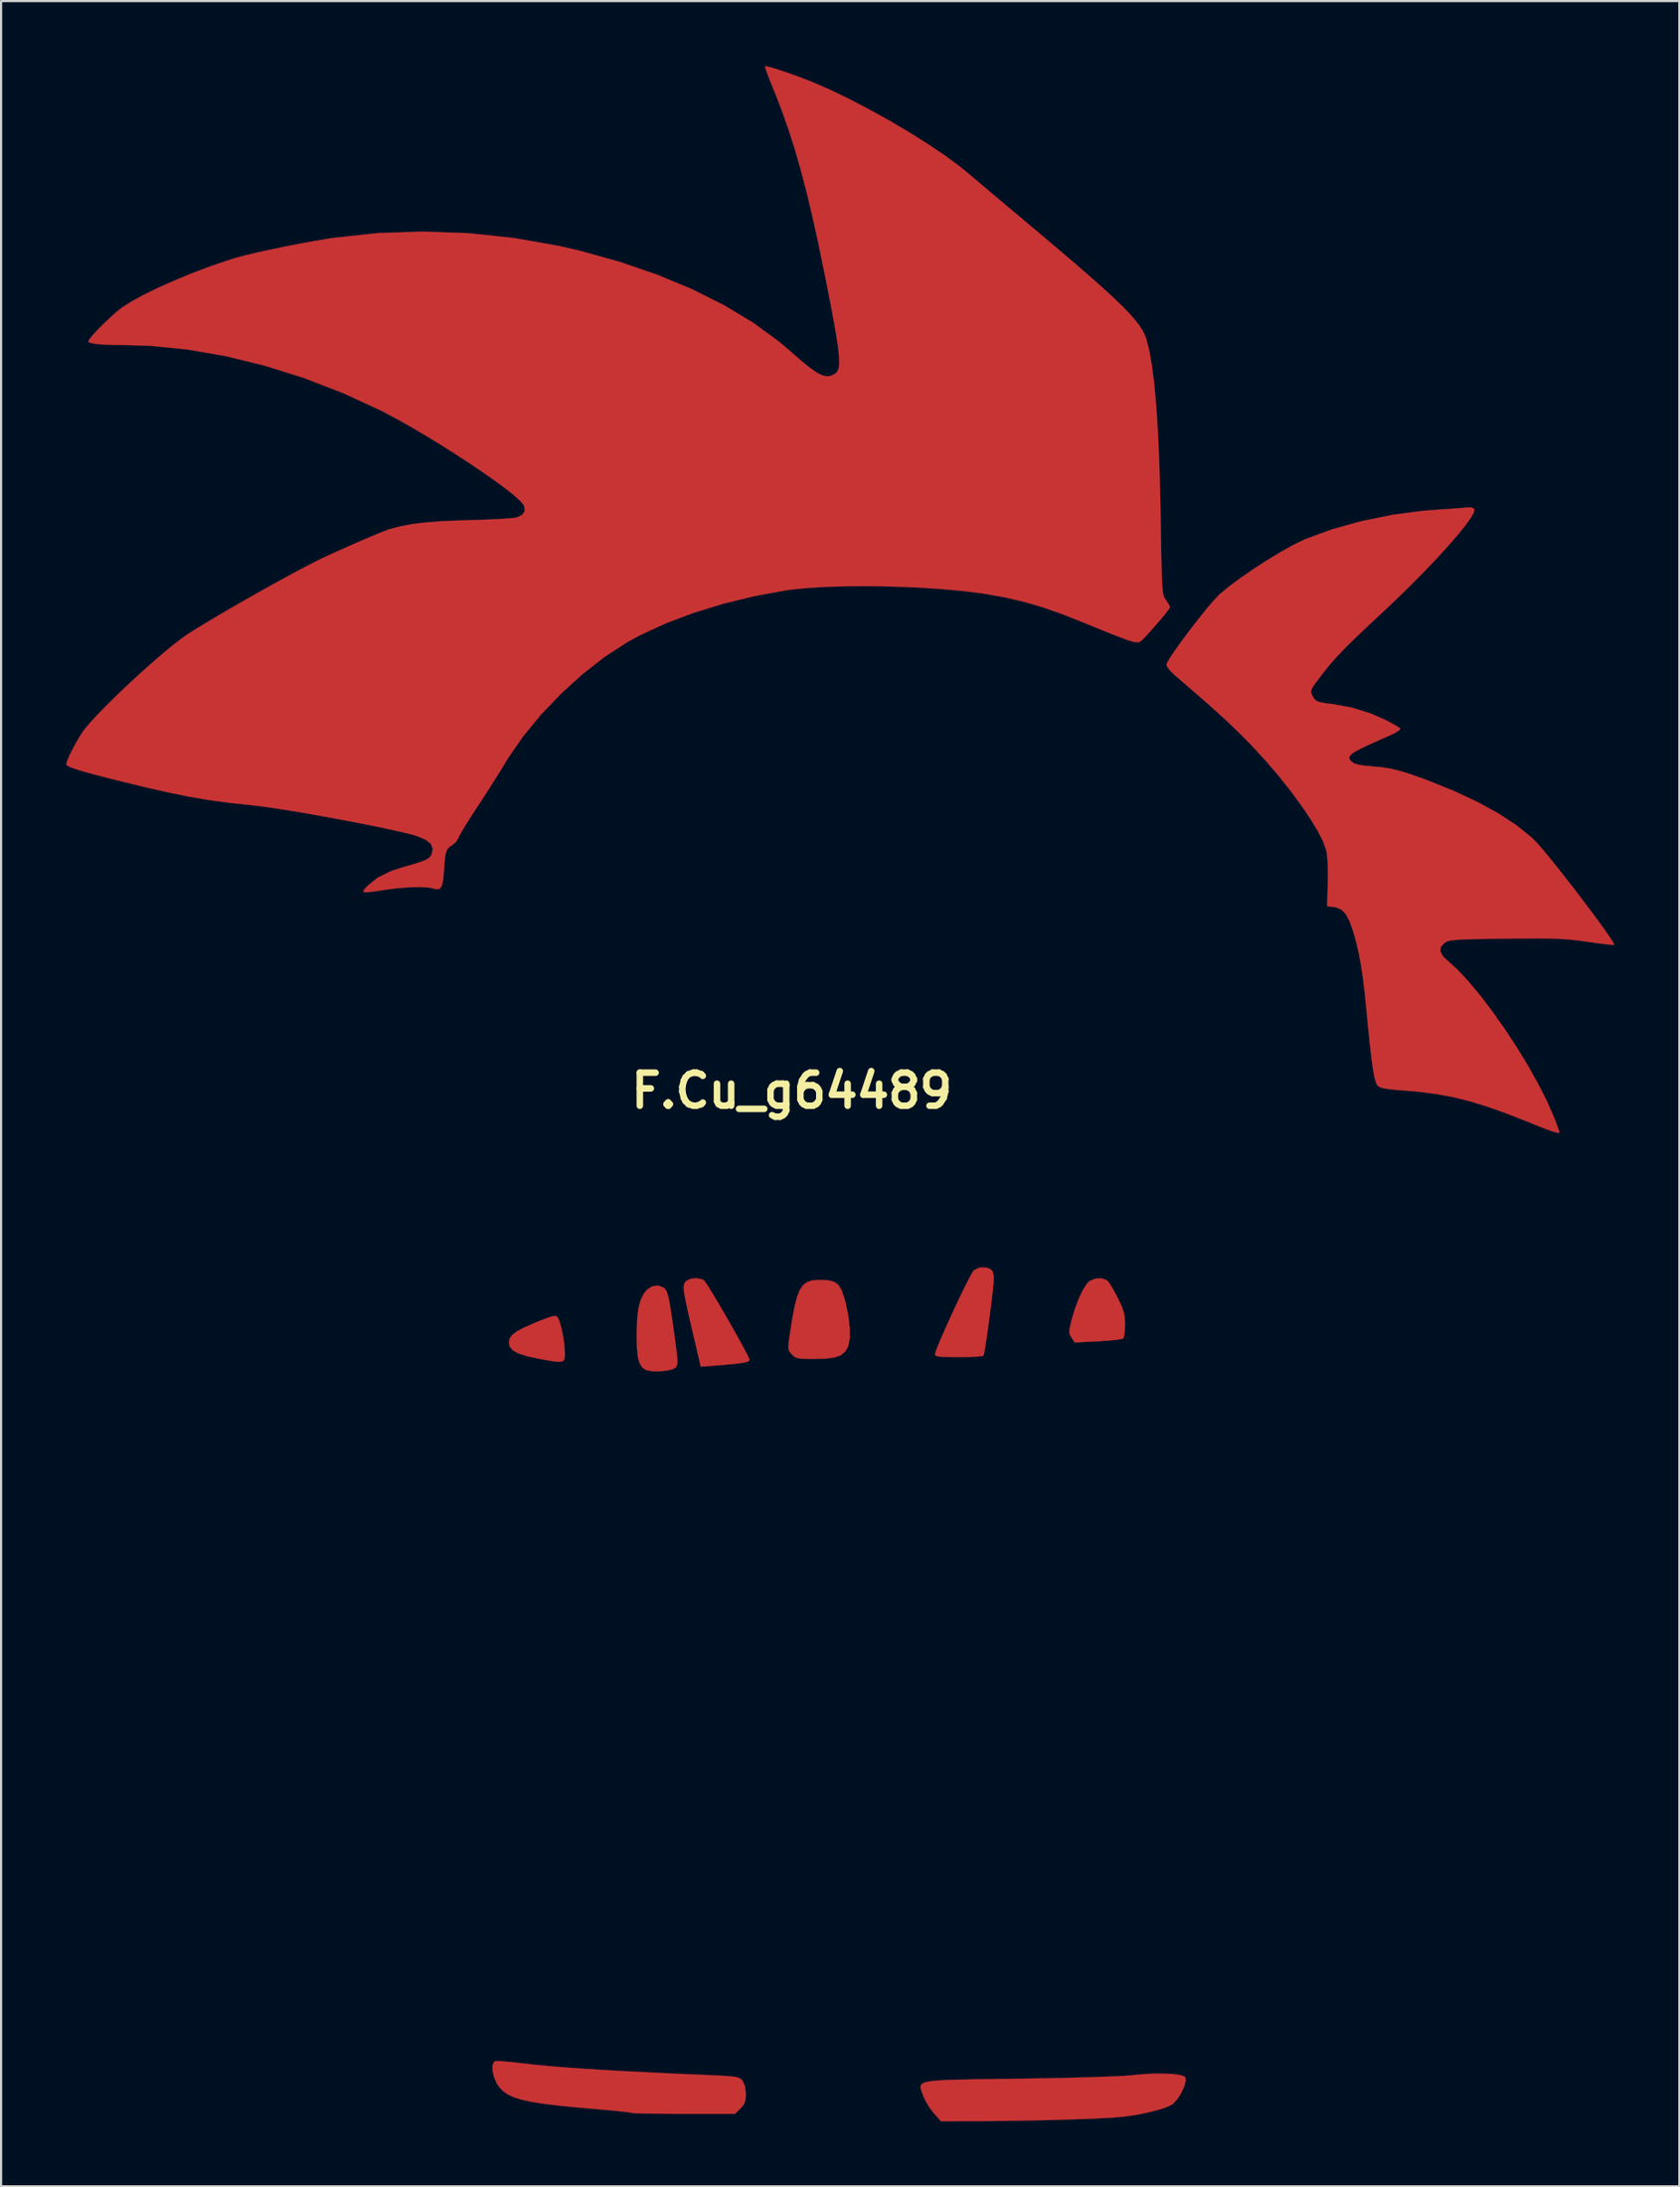
<source format=kicad_pcb>
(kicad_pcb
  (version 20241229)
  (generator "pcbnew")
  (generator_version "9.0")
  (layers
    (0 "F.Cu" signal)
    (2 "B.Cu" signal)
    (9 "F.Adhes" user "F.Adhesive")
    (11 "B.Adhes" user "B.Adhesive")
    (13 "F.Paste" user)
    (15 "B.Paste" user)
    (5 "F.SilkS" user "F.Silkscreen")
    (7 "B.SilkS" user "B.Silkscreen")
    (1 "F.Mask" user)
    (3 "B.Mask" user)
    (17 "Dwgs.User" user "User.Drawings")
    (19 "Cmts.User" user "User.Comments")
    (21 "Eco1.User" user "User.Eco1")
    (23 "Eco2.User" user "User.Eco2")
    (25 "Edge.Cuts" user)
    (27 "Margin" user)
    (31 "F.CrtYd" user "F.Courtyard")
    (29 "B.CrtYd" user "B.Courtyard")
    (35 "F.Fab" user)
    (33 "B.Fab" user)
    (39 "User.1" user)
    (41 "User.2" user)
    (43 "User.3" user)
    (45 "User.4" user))
  (footprint "F.Cu_g64489"
    (layer "F.Cu")
    (at 33.448 47.232)
    (property "Reference" "F.Cu_g64489" (at 0 0 0) (layer "F.SilkS") (effects (font (size 1.524 1.524) (thickness 0.3))))
    (attr through_hole)
    (fp_poly (pts (xy -10.861 10.389) (xy -10.799 10.437) (xy -10.791 10.448) (xy -10.705 10.635) (xy -10.619 10.94) (xy -10.542 11.309) (xy -10.486 11.693) (xy -10.461 12.038) (xy -10.46 12.065) (xy -10.462 12.264) (xy -10.49 12.399) (xy -10.569 12.475) (xy -10.722 12.498) (xy -10.976 12.474) (xy -11.355 12.41) (xy -11.679 12.349) (xy -12.224 12.228) (xy -12.616 12.099) (xy -12.871 11.952) (xy -13.006 11.778) (xy -13.039 11.608) (xy -13.007 11.428) (xy -12.897 11.264) (xy -12.689 11.102) (xy -12.363 10.926) (xy -11.9 10.722) (xy -11.774 10.67) (xy -11.386 10.516) (xy -11.125 10.422) (xy -10.959 10.382) (xy -10.861 10.389)) (stroke (width 0.01) (type solid)) (fill yes) (layer "F.Cu"))
    (fp_poly (pts (xy 14.515 8.727) (xy 14.582 8.784) (xy 14.681 8.927) (xy 14.827 9.175) (xy 14.992 9.481) (xy 15.036 9.567) (xy 15.205 9.922) (xy 15.304 10.201) (xy 15.351 10.472) (xy 15.363 10.769) (xy 15.353 11.069) (xy 15.323 11.302) (xy 15.282 11.415) (xy 15.17 11.449) (xy 14.923 11.484) (xy 14.577 11.518) (xy 14.168 11.545) (xy 14.121 11.547) (xy 13.044 11.602) (xy 12.898 11.379) (xy 12.826 11.253) (xy 12.796 11.131) (xy 12.81 10.963) (xy 12.869 10.7) (xy 12.906 10.552) (xy 13.055 10.05) (xy 13.23 9.585) (xy 13.417 9.191) (xy 13.599 8.903) (xy 13.724 8.775) (xy 13.988 8.663) (xy 14.275 8.647) (xy 14.515 8.727)) (stroke (width 0.01) (type solid)) (fill yes) (layer "F.Cu"))
    (fp_poly (pts (xy -4.138 8.69) (xy -4.047 8.742) (xy -3.967 8.844) (xy -3.822 9.067) (xy -3.626 9.386) (xy -3.393 9.776) (xy -3.139 10.211) (xy -2.877 10.666) (xy -2.621 11.116) (xy -2.388 11.536) (xy -2.19 11.9) (xy -2.042 12.183) (xy -1.96 12.36) (xy -1.947 12.403) (xy -1.976 12.455) (xy -2.075 12.5) (xy -2.265 12.54) (xy -2.566 12.58) (xy -2.998 12.622) (xy -3.515 12.665) (xy -4.194 12.718) (xy -4.596 10.995) (xy -4.743 10.363) (xy -4.852 9.875) (xy -4.926 9.51) (xy -4.968 9.245) (xy -4.98 9.06) (xy -4.965 8.933) (xy -4.926 8.844) (xy -4.864 8.771) (xy -4.862 8.769) (xy -4.662 8.668) (xy -4.393 8.64) (xy -4.138 8.69)) (stroke (width 0.01) (type solid)) (fill yes) (layer "F.Cu"))
    (fp_poly (pts (xy -5.896 9.083) (xy -5.828 9.147) (xy -5.769 9.247) (xy -5.715 9.403) (xy -5.66 9.636) (xy -5.6 9.968) (xy -5.53 10.418) (xy -5.445 11.009) (xy -5.412 11.244) (xy -5.343 11.757) (xy -5.297 12.13) (xy -5.274 12.387) (xy -5.273 12.556) (xy -5.293 12.663) (xy -5.334 12.734) (xy -5.361 12.764) (xy -5.532 12.849) (xy -5.812 12.906) (xy -6.14 12.933) (xy -6.457 12.924) (xy -6.703 12.876) (xy -6.746 12.858) (xy -6.905 12.738) (xy -7.019 12.548) (xy -7.093 12.265) (xy -7.134 11.867) (xy -7.147 11.329) (xy -7.147 11.176) (xy -7.126 10.541) (xy -7.069 10.045) (xy -6.97 9.66) (xy -6.822 9.359) (xy -6.671 9.168) (xy -6.422 9.01) (xy -6.134 8.986) (xy -5.896 9.083)) (stroke (width 0.01) (type solid)) (fill yes) (layer "F.Cu"))
    (fp_poly (pts (xy 1.667 8.737) (xy 1.951 8.805) (xy 2.153 8.95) (xy 2.302 9.198) (xy 2.429 9.576) (xy 2.488 9.798) (xy 2.611 10.394) (xy 2.673 10.942) (xy 2.673 11.408) (xy 2.608 11.758) (xy 2.593 11.8) (xy 2.46 12.026) (xy 2.266 12.186) (xy 1.983 12.289) (xy 1.585 12.345) (xy 1.048 12.361) (xy 1.033 12.361) (xy 0.645 12.358) (xy 0.388 12.344) (xy 0.221 12.31) (xy 0.106 12.249) (xy 0.004 12.154) (xy -0.089 12.045) (xy -0.14 11.938) (xy -0.153 11.788) (xy -0.132 11.553) (xy -0.089 11.244) (xy 0.023 10.517) (xy 0.131 9.942) (xy 0.245 9.501) (xy 0.375 9.178) (xy 0.528 8.956) (xy 0.716 8.817) (xy 0.945 8.744) (xy 1.227 8.721) (xy 1.271 8.721) (xy 1.667 8.737)) (stroke (width 0.01) (type solid)) (fill yes) (layer "F.Cu"))
    (fp_poly (pts (xy 8.982 8.152) (xy 9.15 8.216) (xy 9.263 8.329) (xy 9.309 8.539) (xy 9.313 8.667) (xy 9.302 8.855) (xy 9.272 9.163) (xy 9.227 9.56) (xy 9.171 10.014) (xy 9.108 10.495) (xy 9.043 10.971) (xy 8.98 11.411) (xy 8.922 11.782) (xy 8.875 12.055) (xy 8.842 12.198) (xy 8.838 12.208) (xy 8.742 12.234) (xy 8.51 12.255) (xy 8.175 12.27) (xy 7.77 12.277) (xy 7.7 12.277) (xy 7.243 12.274) (xy 6.931 12.264) (xy 6.737 12.243) (xy 6.637 12.209) (xy 6.605 12.158) (xy 6.604 12.148) (xy 6.64 12.015) (xy 6.738 11.758) (xy 6.886 11.403) (xy 7.072 10.978) (xy 7.284 10.509) (xy 7.507 10.024) (xy 7.731 9.55) (xy 7.943 9.113) (xy 8.129 8.741) (xy 8.278 8.461) (xy 8.377 8.299) (xy 8.397 8.276) (xy 8.668 8.147) (xy 8.982 8.152)) (stroke (width 0.01) (type solid)) (fill yes) (layer "F.Cu"))
    (fp_poly (pts (xy -13.299 44.743) (xy -12.946 44.774) (xy -12.532 44.819) (xy -12.475 44.826) (xy -11.889 44.892) (xy -11.236 44.956) (xy -10.502 45.017) (xy -9.676 45.077) (xy -8.743 45.136) (xy -7.691 45.195) (xy -6.506 45.255) (xy -5.176 45.318) (xy -4.03 45.368) (xy -3.471 45.393) (xy -3.056 45.415) (xy -2.761 45.439) (xy -2.561 45.467) (xy -2.431 45.504) (xy -2.346 45.554) (xy -2.282 45.619) (xy -2.273 45.63) (xy -2.15 45.904) (xy -2.117 46.244) (xy -2.135 46.531) (xy -2.211 46.73) (xy -2.364 46.912) (xy -2.612 47.159) (xy -4.975 47.159) (xy -5.59 47.158) (xy -6.149 47.154) (xy -6.629 47.147) (xy -7.009 47.139) (xy -7.266 47.129) (xy -7.378 47.118) (xy -7.381 47.116) (xy -7.475 47.096) (xy -7.71 47.066) (xy -8.06 47.029) (xy -8.497 46.987) (xy -8.982 46.945) (xy -9.956 46.861) (xy -10.776 46.778) (xy -11.458 46.694) (xy -12.015 46.604) (xy -12.464 46.505) (xy -12.82 46.392) (xy -13.097 46.262) (xy -13.312 46.111) (xy -13.478 45.934) (xy -13.59 45.768) (xy -13.721 45.477) (xy -13.79 45.183) (xy -13.793 44.931) (xy -13.726 44.767) (xy -13.682 44.738) (xy -13.556 44.73) (xy -13.299 44.743)) (stroke (width 0.01) (type solid)) (fill yes) (layer "F.Cu"))
    (fp_poly (pts (xy 17.6 45.331) (xy 17.917 45.376) (xy 18.109 45.442) (xy 18.143 45.474) (xy 18.162 45.641) (xy 18.095 45.891) (xy 17.965 46.177) (xy 17.795 46.453) (xy 17.607 46.671) (xy 17.538 46.728) (xy 17.311 46.84) (xy 16.945 46.962) (xy 16.466 47.086) (xy 16.278 47.127) (xy 15.94 47.195) (xy 15.61 47.249) (xy 15.261 47.293) (xy 14.862 47.328) (xy 14.385 47.358) (xy 13.801 47.385) (xy 13.082 47.411) (xy 12.954 47.415) (xy 12.207 47.438) (xy 11.392 47.457) (xy 10.562 47.474) (xy 9.768 47.486) (xy 9.064 47.494) (xy 8.749 47.495) (xy 6.872 47.498) (xy 6.531 47.11) (xy 6.312 46.814) (xy 6.124 46.479) (xy 6.049 46.297) (xy 5.997 46.148) (xy 5.956 46.023) (xy 5.94 45.917) (xy 5.96 45.831) (xy 6.029 45.761) (xy 6.159 45.706) (xy 6.364 45.664) (xy 6.654 45.631) (xy 7.044 45.607) (xy 7.544 45.589) (xy 8.169 45.575) (xy 8.93 45.563) (xy 9.839 45.551) (xy 10.519 45.542) (xy 11.391 45.528) (xy 12.237 45.512) (xy 13.037 45.493) (xy 13.77 45.473) (xy 14.417 45.451) (xy 14.957 45.43) (xy 15.37 45.408) (xy 15.638 45.387) (xy 15.663 45.384) (xy 16.188 45.334) (xy 16.705 45.309) (xy 17.186 45.309) (xy 17.6 45.331)) (stroke (width 0.01) (type solid)) (fill yes) (layer "F.Cu"))
    (fp_poly (pts (xy 31.447 -26.831) (xy 31.466 -26.796) (xy 31.44 -26.651) (xy 31.3 -26.405) (xy 31.057 -26.067) (xy 30.723 -25.653) (xy 30.308 -25.172) (xy 29.824 -24.638) (xy 29.28 -24.063) (xy 28.689 -23.46) (xy 28.061 -22.84) (xy 27.407 -22.216) (xy 27.22 -22.041) (xy 26.615 -21.477) (xy 26.117 -21.006) (xy 25.709 -20.61) (xy 25.371 -20.27) (xy 25.087 -19.967) (xy 24.836 -19.681) (xy 24.601 -19.395) (xy 24.379 -19.109) (xy 24.15 -18.804) (xy 24.01 -18.599) (xy 23.945 -18.461) (xy 23.94 -18.354) (xy 23.982 -18.245) (xy 24.002 -18.205) (xy 24.089 -18.062) (xy 24.197 -17.968) (xy 24.365 -17.905) (xy 24.634 -17.859) (xy 24.934 -17.824) (xy 25.813 -17.666) (xy 26.703 -17.386) (xy 27.344 -17.104) (xy 27.649 -16.945) (xy 27.892 -16.808) (xy 28.037 -16.714) (xy 28.059 -16.692) (xy 28.012 -16.624) (xy 27.843 -16.515) (xy 27.589 -16.39) (xy 27.578 -16.385) (xy 27.003 -16.131) (xy 26.565 -15.933) (xy 26.243 -15.78) (xy 26.019 -15.662) (xy 25.872 -15.571) (xy 25.783 -15.496) (xy 25.777 -15.49) (xy 25.69 -15.367) (xy 25.72 -15.265) (xy 25.803 -15.176) (xy 25.932 -15.088) (xy 26.138 -15.025) (xy 26.454 -14.98) (xy 26.72 -14.958) (xy 27.15 -14.918) (xy 27.537 -14.86) (xy 27.924 -14.773) (xy 28.353 -14.648) (xy 28.864 -14.473) (xy 29.317 -14.307) (xy 30.525 -13.821) (xy 31.622 -13.307) (xy 32.594 -12.772) (xy 33.427 -12.224) (xy 34.108 -11.672) (xy 34.228 -11.558) (xy 34.411 -11.363) (xy 34.661 -11.072) (xy 34.966 -10.703) (xy 35.31 -10.275) (xy 35.68 -9.806) (xy 36.062 -9.314) (xy 36.443 -8.816) (xy 36.807 -8.332) (xy 37.143 -7.88) (xy 37.434 -7.478) (xy 37.669 -7.144) (xy 37.832 -6.896) (xy 37.909 -6.753) (xy 37.912 -6.726) (xy 37.82 -6.726) (xy 37.593 -6.748) (xy 37.259 -6.788) (xy 36.852 -6.844) (xy 36.698 -6.867) (xy 36.332 -6.918) (xy 35.992 -6.958) (xy 35.65 -6.987) (xy 35.279 -7.007) (xy 34.85 -7.018) (xy 34.335 -7.022) (xy 33.707 -7.02) (xy 32.938 -7.013) (xy 32.932 -7.013) (xy 32.191 -7.004) (xy 31.601 -6.995) (xy 31.142 -6.983) (xy 30.796 -6.968) (xy 30.542 -6.949) (xy 30.362 -6.925) (xy 30.237 -6.893) (xy 30.147 -6.854) (xy 30.116 -6.835) (xy 29.923 -6.641) (xy 29.897 -6.423) (xy 30.038 -6.179) (xy 30.237 -5.994) (xy 30.698 -5.576) (xy 31.21 -5.026) (xy 31.755 -4.369) (xy 32.317 -3.628) (xy 32.88 -2.828) (xy 33.428 -1.994) (xy 33.943 -1.149) (xy 34.409 -0.317) (xy 34.811 0.477) (xy 35.131 1.209) (xy 35.25 1.515) (xy 35.34 1.755) (xy 35.387 1.892) (xy 35.391 1.907) (xy 35.361 1.939) (xy 35.259 1.93) (xy 35.067 1.874) (xy 34.766 1.764) (xy 34.339 1.596) (xy 34.036 1.473) (xy 33.02 1.072) (xy 32.115 0.748) (xy 31.289 0.493) (xy 30.507 0.297) (xy 29.734 0.153) (xy 28.938 0.05) (xy 28.35 -0.001) (xy 27.856 -0.04) (xy 27.504 -0.077) (xy 27.266 -0.118) (xy 27.114 -0.166) (xy 27.022 -0.227) (xy 27.001 -0.249) (xy 26.943 -0.349) (xy 26.888 -0.517) (xy 26.833 -0.766) (xy 26.776 -1.113) (xy 26.715 -1.572) (xy 26.649 -2.157) (xy 26.574 -2.884) (xy 26.502 -3.624) (xy 26.417 -4.47) (xy 26.332 -5.179) (xy 26.244 -5.782) (xy 26.146 -6.311) (xy 26.034 -6.798) (xy 25.902 -7.274) (xy 25.894 -7.302) (xy 25.726 -7.788) (xy 25.552 -8.126) (xy 25.354 -8.339) (xy 25.117 -8.448) (xy 25.016 -8.467) (xy 24.68 -8.509) (xy 24.712 -9.581) (xy 24.717 -10.152) (xy 24.698 -10.637) (xy 24.657 -11.002) (xy 24.64 -11.083) (xy 24.499 -11.479) (xy 24.249 -11.972) (xy 23.905 -12.542) (xy 23.48 -13.169) (xy 22.989 -13.834) (xy 22.445 -14.517) (xy 21.863 -15.198) (xy 21.256 -15.857) (xy 21.174 -15.942) (xy 20.826 -16.298) (xy 20.487 -16.635) (xy 20.135 -16.972) (xy 19.75 -17.327) (xy 19.312 -17.721) (xy 18.801 -18.171) (xy 18.194 -18.696) (xy 17.674 -19.143) (xy 17.462 -19.347) (xy 17.316 -19.532) (xy 17.272 -19.64) (xy 17.323 -19.767) (xy 17.464 -20) (xy 17.678 -20.315) (xy 17.945 -20.69) (xy 18.249 -21.099) (xy 18.57 -21.52) (xy 18.892 -21.928) (xy 19.195 -22.3) (xy 19.463 -22.611) (xy 19.676 -22.838) (xy 19.733 -22.892) (xy 20.161 -23.247) (xy 20.694 -23.643) (xy 21.294 -24.057) (xy 21.923 -24.464) (xy 22.543 -24.839) (xy 23.116 -25.159) (xy 23.603 -25.397) (xy 23.673 -25.427) (xy 24.913 -25.882) (xy 26.264 -26.258) (xy 27.682 -26.547) (xy 29.121 -26.737) (xy 29.887 -26.796) (xy 30.297 -26.821) (xy 30.678 -26.848) (xy 30.977 -26.873) (xy 31.096 -26.886) (xy 31.331 -26.893) (xy 31.447 -26.831)) (stroke (width 0.01) (type solid)) (fill yes) (layer "F.Cu"))
    (fp_poly (pts (xy -1.135 -47.22) (xy -0.913 -47.161) (xy -0.595 -47.063) (xy -0.211 -46.934) (xy 0.208 -46.785) (xy 0.631 -46.626) (xy 0.931 -46.508) (xy 1.755 -46.15) (xy 2.644 -45.721) (xy 3.571 -45.238) (xy 4.506 -44.719) (xy 5.419 -44.18) (xy 6.28 -43.638) (xy 7.062 -43.112) (xy 7.734 -42.617) (xy 8.102 -42.317) (xy 8.286 -42.16) (xy 8.582 -41.91) (xy 8.972 -41.581) (xy 9.437 -41.19) (xy 9.959 -40.75) (xy 10.52 -40.279) (xy 11.102 -39.79) (xy 11.133 -39.764) (xy 12.088 -38.96) (xy 12.92 -38.253) (xy 13.636 -37.634) (xy 14.246 -37.095) (xy 14.758 -36.627) (xy 15.182 -36.222) (xy 15.526 -35.871) (xy 15.799 -35.566) (xy 16.009 -35.298) (xy 16.165 -35.058) (xy 16.276 -34.838) (xy 16.336 -34.679) (xy 16.479 -34.126) (xy 16.606 -33.406) (xy 16.716 -32.521) (xy 16.809 -31.468) (xy 16.886 -30.249) (xy 16.945 -28.862) (xy 16.988 -27.307) (xy 17.003 -26.529) (xy 17.017 -25.647) (xy 17.029 -24.918) (xy 17.041 -24.327) (xy 17.054 -23.858) (xy 17.068 -23.494) (xy 17.084 -23.219) (xy 17.104 -23.018) (xy 17.128 -22.875) (xy 17.158 -22.774) (xy 17.195 -22.699) (xy 17.239 -22.633) (xy 17.251 -22.616) (xy 17.374 -22.433) (xy 17.436 -22.306) (xy 17.437 -22.292) (xy 17.382 -22.198) (xy 17.239 -22.011) (xy 17.035 -21.763) (xy 16.797 -21.485) (xy 16.554 -21.209) (xy 16.331 -20.966) (xy 16.157 -20.788) (xy 16.066 -20.71) (xy 16.001 -20.68) (xy 15.915 -20.671) (xy 15.791 -20.687) (xy 15.611 -20.735) (xy 15.359 -20.821) (xy 15.017 -20.95) (xy 14.568 -21.128) (xy 13.995 -21.36) (xy 13.405 -21.602) (xy 12.426 -21.988) (xy 11.541 -22.297) (xy 10.701 -22.542) (xy 9.858 -22.738) (xy 8.963 -22.898) (xy 8.678 -22.941) (xy 7.805 -23.049) (xy 6.834 -23.135) (xy 5.798 -23.2) (xy 4.728 -23.242) (xy 3.655 -23.262) (xy 2.613 -23.259) (xy 1.631 -23.231) (xy 0.743 -23.18) (xy -0.021 -23.104) (xy -0.254 -23.072) (xy -1.726 -22.801) (xy -3.164 -22.45) (xy -4.54 -22.027) (xy -5.825 -21.542) (xy -6.99 -21.003) (xy -7.612 -20.664) (xy -8.635 -19.996) (xy -9.655 -19.199) (xy -10.64 -18.304) (xy -11.56 -17.341) (xy -12.383 -16.341) (xy -13.078 -15.336) (xy -13.213 -15.113) (xy -13.417 -14.775) (xy -13.688 -14.342) (xy -13.997 -13.856) (xy -14.316 -13.362) (xy -14.494 -13.092) (xy -14.767 -12.672) (xy -15.008 -12.291) (xy -15.201 -11.973) (xy -15.328 -11.747) (xy -15.373 -11.646) (xy -15.476 -11.475) (xy -15.661 -11.318) (xy -15.668 -11.314) (xy -15.798 -11.225) (xy -15.888 -11.118) (xy -15.948 -10.959) (xy -15.988 -10.714) (xy -16.019 -10.35) (xy -16.033 -10.134) (xy -16.072 -9.717) (xy -16.133 -9.45) (xy -16.228 -9.313) (xy -16.366 -9.287) (xy -16.48 -9.318) (xy -16.74 -9.371) (xy -17.13 -9.393) (xy -17.612 -9.383) (xy -18.15 -9.342) (xy -18.706 -9.272) (xy -18.711 -9.271) (xy -19.177 -9.2) (xy -19.493 -9.159) (xy -19.678 -9.152) (xy -19.75 -9.182) (xy -19.728 -9.252) (xy -19.629 -9.368) (xy -19.553 -9.448) (xy -19.083 -9.824) (xy -18.464 -10.129) (xy -17.988 -10.286) (xy -17.498 -10.426) (xy -17.145 -10.535) (xy -16.906 -10.626) (xy -16.752 -10.71) (xy -16.659 -10.798) (xy -16.606 -10.889) (xy -16.547 -11.156) (xy -16.639 -11.384) (xy -16.887 -11.579) (xy -17.272 -11.74) (xy -17.583 -11.829) (xy -18.036 -11.94) (xy -18.606 -12.066) (xy -19.267 -12.204) (xy -19.993 -12.349) (xy -20.76 -12.495) (xy -21.542 -12.639) (xy -22.313 -12.776) (xy -23.048 -12.9) (xy -23.722 -13.007) (xy -24.31 -13.093) (xy -24.785 -13.152) (xy -24.893 -13.163) (xy -25.901 -13.271) (xy -26.838 -13.398) (xy -27.762 -13.554) (xy -28.727 -13.749) (xy -29.791 -13.993) (xy -29.887 -14.016) (xy -30.798 -14.237) (xy -31.554 -14.425) (xy -32.166 -14.584) (xy -32.645 -14.717) (xy -33.002 -14.826) (xy -33.246 -14.915) (xy -33.389 -14.987) (xy -33.442 -15.045) (xy -33.443 -15.052) (xy -33.402 -15.204) (xy -33.294 -15.458) (xy -33.138 -15.772) (xy -32.958 -16.104) (xy -32.774 -16.412) (xy -32.685 -16.547) (xy -32.456 -16.839) (xy -32.116 -17.218) (xy -31.69 -17.661) (xy -31.197 -18.15) (xy -30.661 -18.662) (xy -30.104 -19.178) (xy -29.547 -19.678) (xy -29.013 -20.14) (xy -28.523 -20.544) (xy -28.101 -20.87) (xy -27.855 -21.041) (xy -27.41 -21.323) (xy -26.854 -21.66) (xy -26.216 -22.038) (xy -25.522 -22.44) (xy -24.799 -22.852) (xy -24.075 -23.258) (xy -23.378 -23.642) (xy -22.734 -23.99) (xy -22.17 -24.286) (xy -21.715 -24.514) (xy -21.59 -24.574) (xy -21.009 -24.84) (xy -20.428 -25.101) (xy -19.873 -25.345) (xy -19.371 -25.559) (xy -18.949 -25.733) (xy -18.633 -25.856) (xy -18.485 -25.906) (xy -18.006 -26.027) (xy -17.486 -26.123) (xy -16.897 -26.196) (xy -16.21 -26.25) (xy -15.397 -26.287) (xy -14.901 -26.301) (xy -14.33 -26.318) (xy -13.799 -26.34) (xy -13.337 -26.364) (xy -12.973 -26.39) (xy -12.737 -26.416) (xy -12.684 -26.426) (xy -12.421 -26.548) (xy -12.304 -26.736) (xy -12.343 -26.973) (xy -12.358 -27.002) (xy -12.503 -27.181) (xy -12.779 -27.431) (xy -13.167 -27.741) (xy -13.65 -28.099) (xy -14.21 -28.493) (xy -14.83 -28.912) (xy -15.492 -29.344) (xy -16.178 -29.778) (xy -16.871 -30.201) (xy -17.554 -30.603) (xy -18.208 -30.971) (xy -18.817 -31.294) (xy -18.95 -31.362) (xy -20.695 -32.166) (xy -22.479 -32.855) (xy -24.283 -33.423) (xy -26.084 -33.864) (xy -27.859 -34.172) (xy -29.588 -34.342) (xy -30.709 -34.376) (xy -31.359 -34.384) (xy -31.86 -34.408) (xy -32.207 -34.448) (xy -32.394 -34.502) (xy -32.427 -34.543) (xy -32.368 -34.654) (xy -32.209 -34.848) (xy -31.977 -35.098) (xy -31.701 -35.375) (xy -31.408 -35.653) (xy -31.126 -35.904) (xy -30.882 -36.098) (xy -30.857 -36.116) (xy -30.418 -36.395) (xy -29.845 -36.705) (xy -29.169 -37.033) (xy -28.418 -37.367) (xy -27.624 -37.693) (xy -26.815 -37.999) (xy -26.023 -38.27) (xy -25.654 -38.386) (xy -25.255 -38.495) (xy -24.726 -38.622) (xy -24.103 -38.76) (xy -23.423 -38.902) (xy -22.724 -39.039) (xy -22.041 -39.165) (xy -21.412 -39.271) (xy -21.079 -39.322) (xy -19.059 -39.537) (xy -16.985 -39.606) (xy -14.887 -39.529) (xy -12.791 -39.308) (xy -10.727 -38.944) (xy -9.779 -38.725) (xy -7.939 -38.213) (xy -6.211 -37.621) (xy -4.605 -36.954) (xy -3.129 -36.216) (xy -1.79 -35.411) (xy -0.599 -34.543) (xy -0.069 -34.093) (xy 0.432 -33.655) (xy 0.833 -33.329) (xy 1.153 -33.105) (xy 1.411 -32.976) (xy 1.625 -32.93) (xy 1.814 -32.96) (xy 1.996 -33.055) (xy 2.013 -33.067) (xy 2.102 -33.157) (xy 2.161 -33.294) (xy 2.19 -33.494) (xy 2.188 -33.772) (xy 2.153 -34.145) (xy 2.085 -34.629) (xy 1.982 -35.24) (xy 1.842 -35.994) (xy 1.778 -36.331) (xy 1.484 -37.822) (xy 1.205 -39.164) (xy 0.936 -40.375) (xy 0.673 -41.473) (xy 0.409 -42.477) (xy 0.141 -43.405) (xy -0.137 -44.276) (xy -0.429 -45.109) (xy -0.741 -45.922) (xy -0.884 -46.272) (xy -1.03 -46.634) (xy -1.144 -46.936) (xy -1.214 -47.144) (xy -1.23 -47.227) (xy -1.135 -47.22)) (stroke (width 0.01) (type solid)) (fill yes) (layer "F.Cu")))
  (gr_rect
    (start -3 -3)
    (end 74.365 97.735)
    (stroke (width 0.1) (type default))
    (fill no)
    (layer "Edge.Cuts")))
</source>
